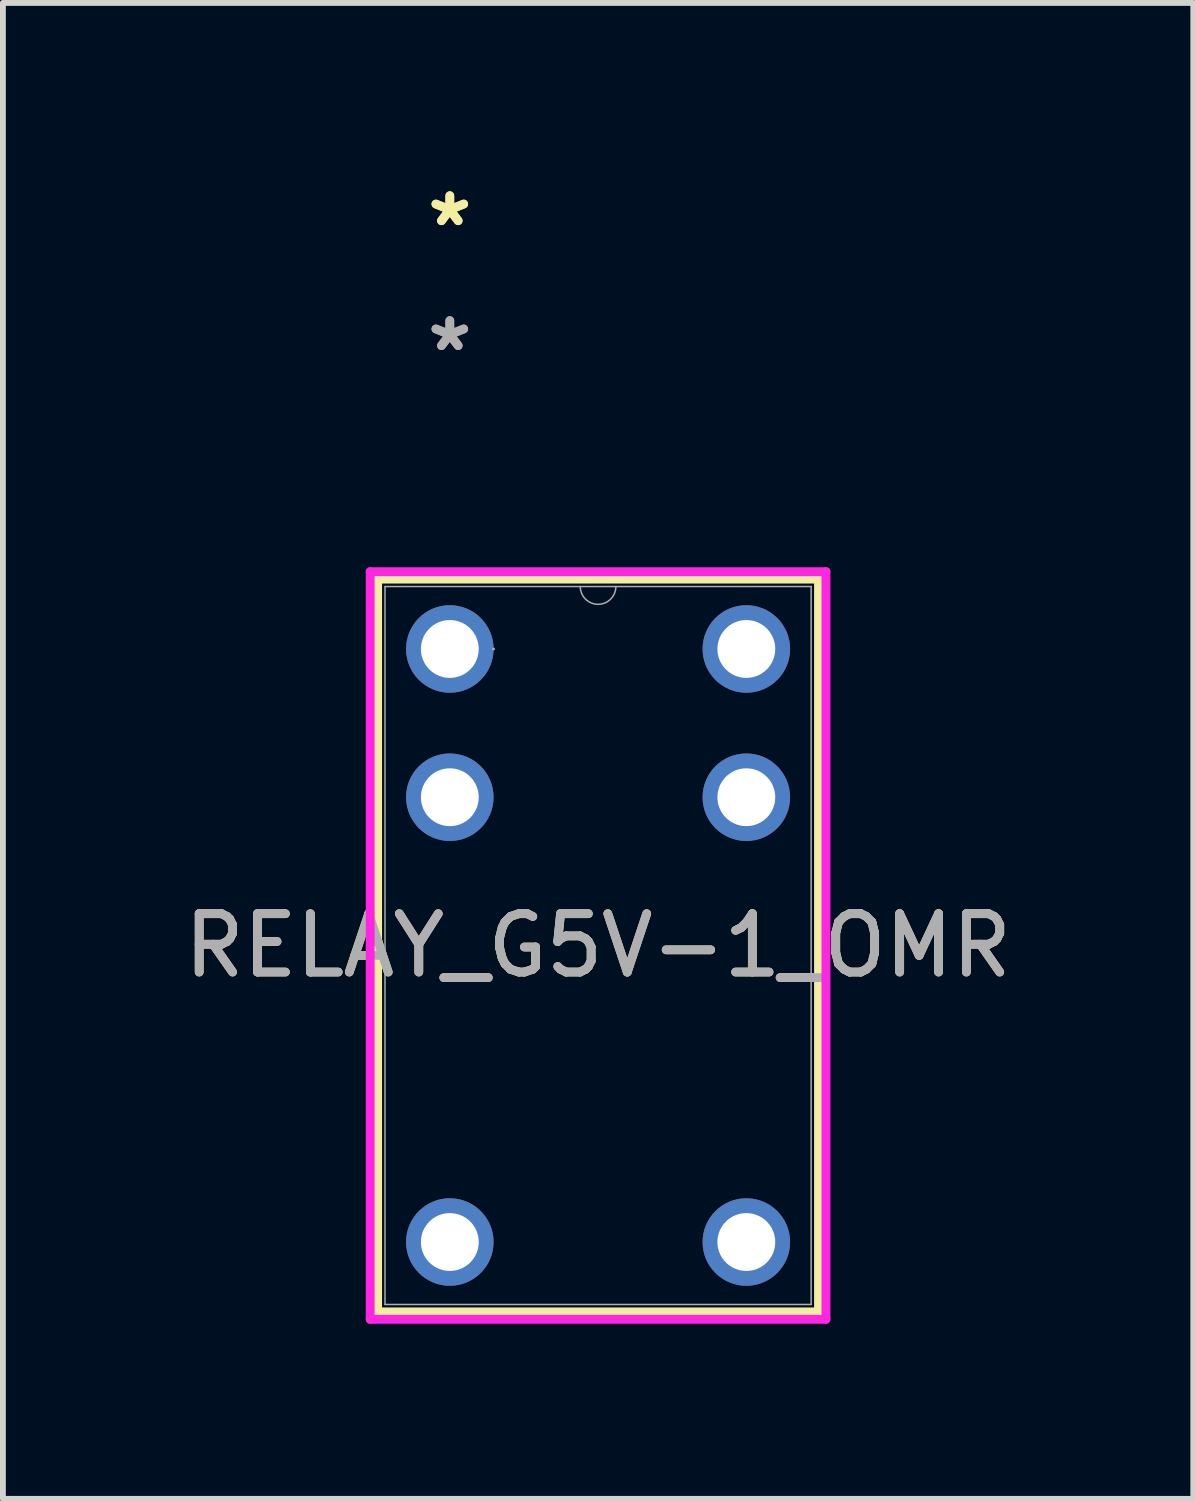
<source format=kicad_pcb>
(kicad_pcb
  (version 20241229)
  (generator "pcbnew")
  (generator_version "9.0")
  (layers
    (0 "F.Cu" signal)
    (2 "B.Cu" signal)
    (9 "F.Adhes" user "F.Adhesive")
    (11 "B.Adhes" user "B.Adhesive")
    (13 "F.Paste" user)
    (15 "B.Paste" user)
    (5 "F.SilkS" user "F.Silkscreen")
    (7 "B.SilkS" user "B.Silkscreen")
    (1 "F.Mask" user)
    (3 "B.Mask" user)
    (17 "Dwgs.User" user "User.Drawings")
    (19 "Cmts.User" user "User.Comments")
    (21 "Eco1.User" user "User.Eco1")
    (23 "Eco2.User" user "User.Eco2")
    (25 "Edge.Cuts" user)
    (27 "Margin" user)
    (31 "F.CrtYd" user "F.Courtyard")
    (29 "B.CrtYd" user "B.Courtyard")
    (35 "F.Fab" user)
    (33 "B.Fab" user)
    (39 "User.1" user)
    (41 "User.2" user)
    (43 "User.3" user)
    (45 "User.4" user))
  (footprint "RELAY_G5V-1_OMR"
    (layer "F.Cu")
    (at 9.736 18.228)
    (property "Reference" "RELAY_G5V-1_OMR" (at -2.54 -5.08 0) (unlocked yes) (layer "F.SilkS") (effects (font (size 1 1) (thickness 0.15))))
    (attr through_hole)
    (fp_line (start -6.317 -11.357) (end -6.317 1.197) (stroke (width 0.152) (type solid)) (layer "F.SilkS"))
    (fp_line (start -6.317 1.197) (end 1.237 1.197) (stroke (width 0.152) (type solid)) (layer "F.SilkS"))
    (fp_line (start 1.237 -11.357) (end -6.317 -11.357) (stroke (width 0.152) (type solid)) (layer "F.SilkS"))
    (fp_line (start 1.237 1.197) (end 1.237 -11.357) (stroke (width 0.152) (type solid)) (layer "F.SilkS"))
    (fp_line (start -6.444 -11.484) (end 1.364 -11.484) (stroke (width 0.152) (type solid)) (layer "F.CrtYd"))
    (fp_line (start -6.444 1.324) (end -6.444 -11.484) (stroke (width 0.152) (type solid)) (layer "F.CrtYd"))
    (fp_line (start 1.364 -11.484) (end 1.364 1.324) (stroke (width 0.152) (type solid)) (layer "F.CrtYd"))
    (fp_line (start 1.364 1.324) (end -6.444 1.324) (stroke (width 0.152) (type solid)) (layer "F.CrtYd"))
    (fp_line (start -6.19 -11.23) (end -6.19 1.07) (stroke (width 0.025) (type solid)) (layer "F.Fab"))
    (fp_line (start -6.19 1.07) (end 1.11 1.07) (stroke (width 0.025) (type solid)) (layer "F.Fab"))
    (fp_line (start 1.11 -11.23) (end -6.19 -11.23) (stroke (width 0.025) (type solid)) (layer "F.Fab"))
    (fp_line (start 1.11 1.07) (end 1.11 -11.23) (stroke (width 0.025) (type solid)) (layer "F.Fab"))
    (fp_arc (start -2.2352 -11.230001) (mid -2.54 -10.925201) (end -2.8448 -11.230001) (stroke (width 0.0254) (type solid)) (layer "F.Fab"))
    (fp_circle (center -4.331 -10.16) (end -4.331 -10.16) (stroke (width 0.025) (type solid)) (fill no) (layer "F.Fab"))
    (fp_text user "*" (at -5.08 -17.38 0) (unlocked yes) (layer "F.SilkS") (effects (font (size 1 1) (thickness 0.15))))
    (fp_text user "*" (at -5.08 -17.38 0) (layer "F.SilkS") (effects (font (size 1 1) (thickness 0.15))))
    (fp_text user "*" (at -5.08 -15.24 0) (layer "F.Fab") (effects (font (size 1 1) (thickness 0.15))))
    (fp_text user "*" (at -5.08 -15.24 0) (unlocked yes) (layer "F.Fab") (effects (font (size 1 1) (thickness 0.15))))
    (fp_text user "${REFERENCE}" (at -2.54 -5.08 0) (unlocked yes) (layer "F.Fab") (effects (font (size 1 1) (thickness 0.15))))
    (pad "1" thru_hole circle (at -5.08 -10.16) (size 1.499 1.499) (drill 0.991) (layers "*.Cu" "*.Mask"))
    (pad "2" thru_hole circle (at -5.08 -7.62) (size 1.499 1.499) (drill 0.991) (layers "*.Cu" "*.Mask"))
    (pad "5" thru_hole circle (at -5.08 0) (size 1.499 1.499) (drill 0.991) (layers "*.Cu" "*.Mask"))
    (pad "6" thru_hole circle (at 0 0) (size 1.499 1.499) (drill 0.991) (layers "*.Cu" "*.Mask"))
    (pad "9" thru_hole circle (at 0 -7.62) (size 1.499 1.499) (drill 0.991) (layers "*.Cu" "*.Mask"))
    (pad "10" thru_hole circle (at 0 -10.16) (size 1.499 1.499) (drill 0.991) (layers "*.Cu" "*.Mask")))
  (gr_rect
    (start -3 -3)
    (end 17.393 22.628)
    (stroke (width 0.1) (type default))
    (fill no)
    (layer "Edge.Cuts")))
</source>
